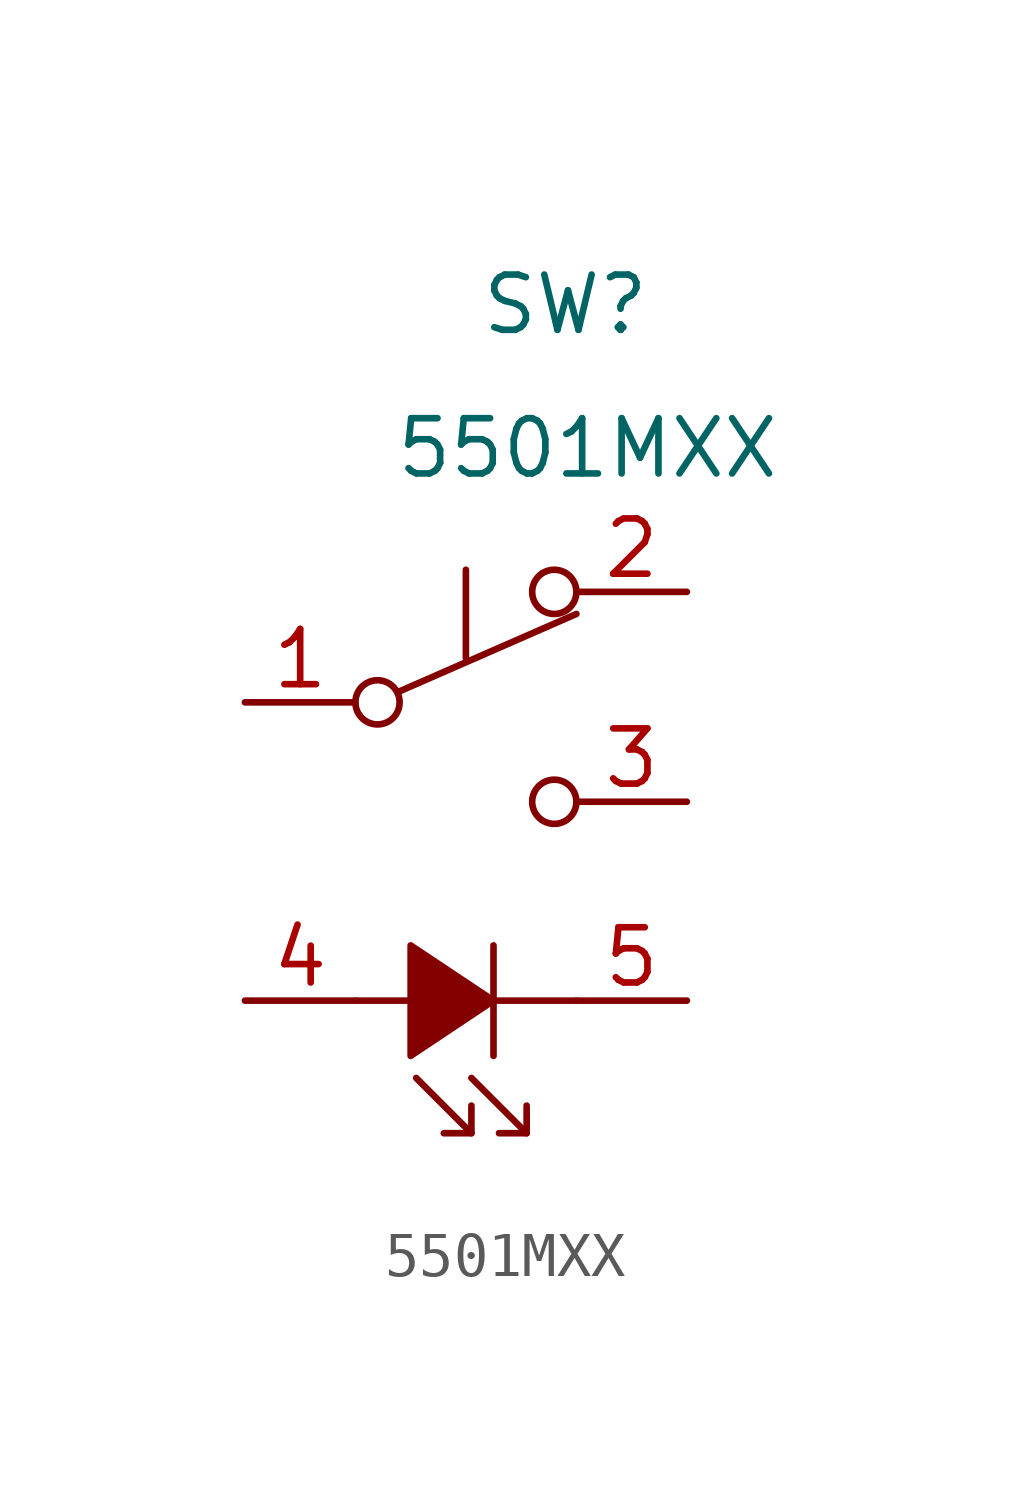
<source format=kicad_sym>
(kicad_symbol_lib
  (version 20211014)
  (generator kicad_symbol_editor)
  (symbol "5501MXX"
    (pin_names
      (offset 1.016))
    (property "Reference" "SW"
      (at 0 9.144 0)
      (effects (font (size 1.27 1.27))))
    (property "Value" "5501MXX"
      (at 0.508 5.842 0)
      (effects (font (size 1.27 1.27))))
    (symbol "5501MXX_0_0"
      (circle (center -4.318 0) (radius 0.508) (stroke (width 0) (type default) (color 0 0 0 0)) (fill (type none)))
      (circle (center -0.254 -2.286) (radius 0.508) (stroke (width 0) (type default) (color 0 0 0 0)) (fill (type none)))
      (polyline (pts (xy -2.286 1.016) (xy -2.286 3.048)) (stroke (width 0) (type default) (color 0 0 0 0)) (fill (type none)))
      (polyline (pts (xy -2.159 -9.906) (xy -3.429 -8.636)) (stroke (width 0) (type default) (color 0 0 0 0)) (fill (type none)))
      (polyline (pts (xy -1.651 -8.128) (xy -1.651 -5.588)) (stroke (width 0) (type default) (color 0 0 0 0)) (fill (type none)))
      (polyline (pts (xy -0.889 -9.906) (xy -2.159 -8.636)) (stroke (width 0) (type default) (color 0 0 0 0)) (fill (type none)))
      (polyline (pts (xy 0.254 -6.858) (xy -4.826 -6.858)) (stroke (width 0) (type default) (color 0 0 0 0)) (fill (type none)))
      (polyline (pts (xy -2.794 -9.906) (xy -2.159 -9.906) (xy -2.159 -9.271)) (stroke (width 0) (type default) (color 0 0 0 0)) (fill (type none)))
      (polyline (pts (xy -1.524 -9.906) (xy -0.889 -9.906) (xy -0.889 -9.271)) (stroke (width 0) (type default) (color 0 0 0 0)) (fill (type none)))
      (polyline (pts (xy -1.651 -6.858) (xy -3.556 -8.128) (xy -3.556 -5.588) (xy -1.651 -6.858)) (stroke (width 0) (type default) (color 0 0 0 0)) (fill (type outline))))
    (symbol "5501MXX_0_1"
      (circle (center -0.254 2.54) (radius 0.508) (stroke (width 0) (type default) (color 0 0 0 0)) (fill (type none)))
      (polyline (pts (xy -3.81 0.254) (xy 0.254 2.032)) (stroke (width 0) (type default) (color 0 0 0 0)) (fill (type none))))
    (symbol "5501MXX_1_0"
      (pin passive line (at 2.794 2.54 180) (length 2.54) (name "~" (effects (font (size 1.27 1.27)))) (number "2" (effects (font (size 1.27 1.27)))))
      (pin passive line (at -7.366 -6.858 0) (length 2.54) (name "~" (effects (font (size 1.27 1.27)))) (number "4" (effects (font (size 1.27 1.27)))))
      (pin passive line (at 2.794 -6.858 180) (length 2.54) (name "~" (effects (font (size 1.27 1.27)))) (number "5" (effects (font (size 1.27 1.27))))))
    (symbol "5501MXX_1_1"
      (pin passive line (at -7.366 0 0) (length 2.54) (name "~" (effects (font (size 1.27 1.27)))) (number "1" (effects (font (size 1.27 1.27)))))
      (pin passive line (at 2.794 -2.286 180) (length 2.54) (name "~" (effects (font (size 1.27 1.27)))) (number "3" (effects (font (size 1.27 1.27))))))))
</source>
